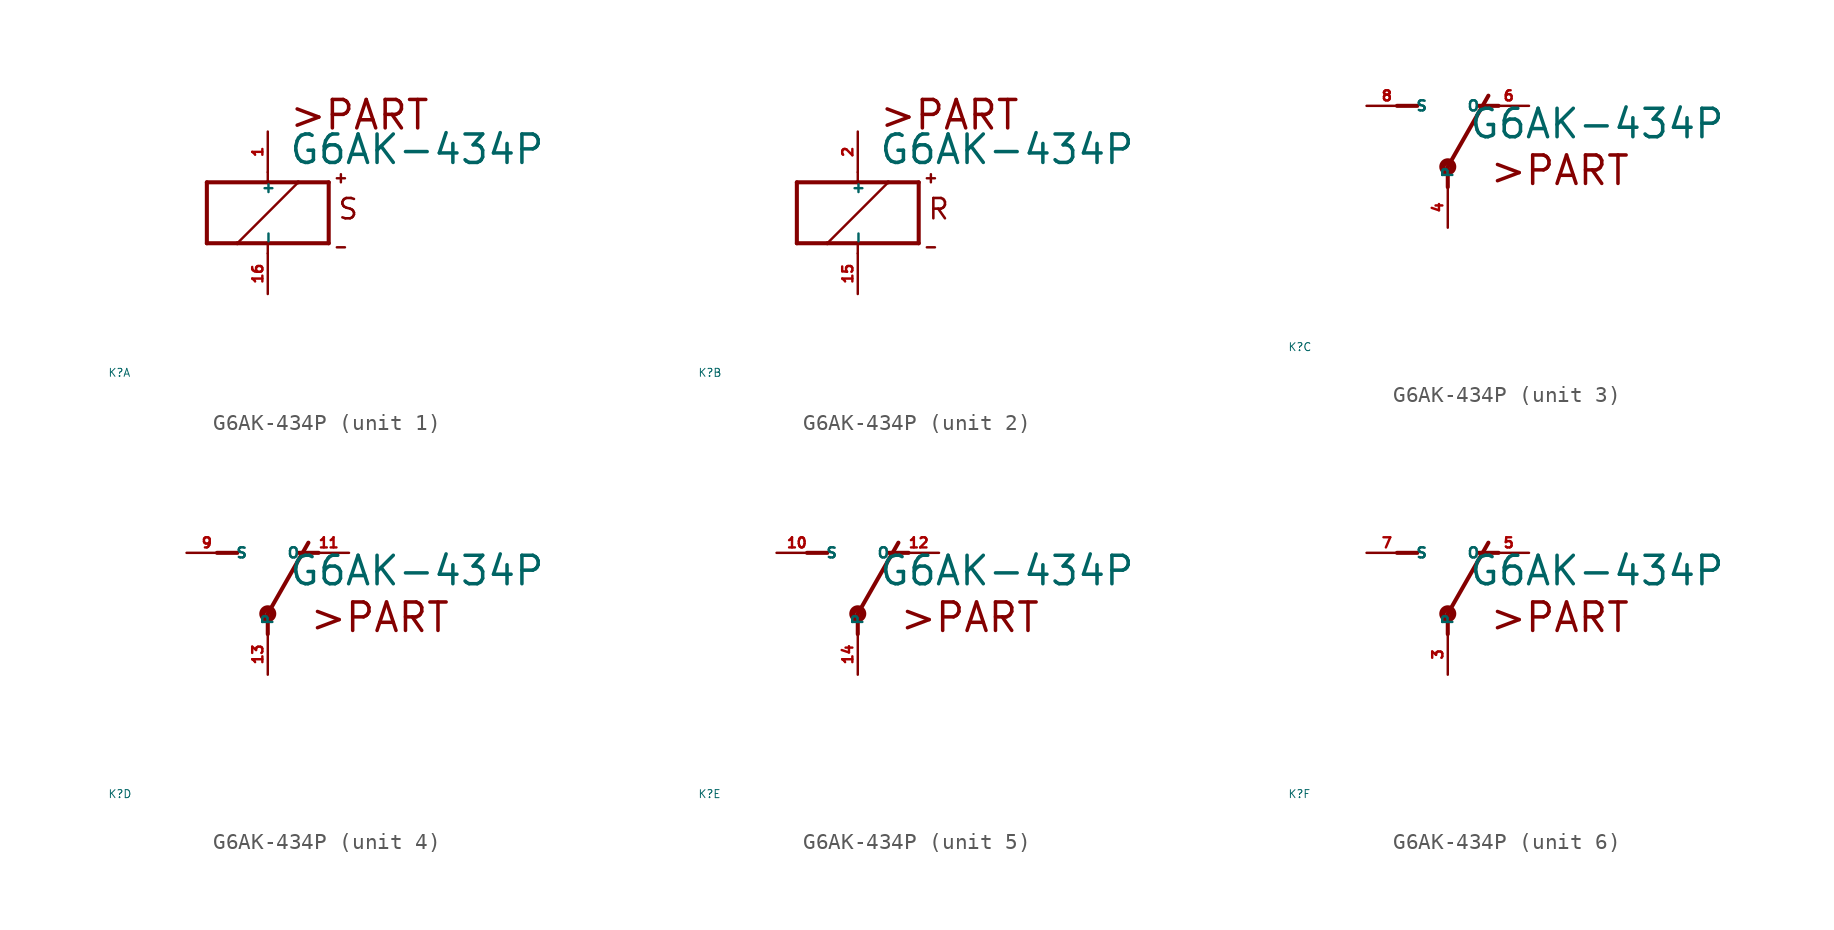
<source format=kicad_sym>
(kicad_symbol_lib
  (version 20220914)
  (generator Eagle2Kicad)
  (symbol "G6AK-434P"
    (property "Reference" "K"
      (at -10 -10 0)
      (effects (font (size 0.5 0.5) (thickness 0.06)) (justify left)))
    (property "Value" "G6AK-434P"
      (at 1.27 2.921 0)
      (effects (font (size 1.778 1.778) (thickness 0.22)) (justify left bottom)))
    (symbol "G6AK-434P_1_0"
      (polyline (pts (xy -3.81 -1.905) (xy -1.905 -1.905)) (stroke (width 0.254) (type default)) (fill (type none)))
      (polyline (pts (xy 3.81 -1.905) (xy 3.81 1.905)) (stroke (width 0.254) (type default)) (fill (type none)))
      (polyline (pts (xy 3.81 1.905) (xy 1.905 1.905)) (stroke (width 0.254) (type default)) (fill (type none)))
      (polyline (pts (xy -3.81 1.905) (xy -3.81 -1.905)) (stroke (width 0.254) (type default)) (fill (type none)))
      (polyline (pts (xy 0 -2.54) (xy 0 -1.905)) (stroke (width 0.152) (type default)) (fill (type none)))
      (polyline (pts (xy 0 -1.905) (xy 3.81 -1.905)) (stroke (width 0.254) (type default)) (fill (type none)))
      (polyline (pts (xy 0 2.54) (xy 0 1.905)) (stroke (width 0.152) (type default)) (fill (type none)))
      (polyline (pts (xy 0 1.905) (xy -3.81 1.905)) (stroke (width 0.254) (type default)) (fill (type none)))
      (polyline (pts (xy -1.905 -1.905) (xy 1.905 1.905)) (stroke (width 0.152) (type default)) (fill (type none)))
      (polyline (pts (xy -1.905 -1.905) (xy 0 -1.905)) (stroke (width 0.254) (type default)) (fill (type none)))
      (polyline (pts (xy 1.905 1.905) (xy 0 1.905)) (stroke (width 0.254) (type default)) (fill (type none)))
      (polyline (pts (xy 4.318 2.159) (xy 4.826 2.159)) (stroke (width 0.152) (type default)) (fill (type none)))
      (polyline (pts (xy 4.572 2.413) (xy 4.572 1.905)) (stroke (width 0.152) (type default)) (fill (type none)))
      (polyline (pts (xy 4.318 -2.159) (xy 4.826 -2.159)) (stroke (width 0.152) (type default)) (fill (type none)))
      (text ">PART" (at 1.27 5.08 0) (effects (font (size 1.778 1.778) (thickness 0.22)) (justify left bottom)))
      (text "S" (at 4.318 -0.508 0) (effects (font (size 1.27 1.27) (thickness 0.16)) (justify left bottom)))
      (pin passive line (at 0 -5.08 90) (length 2.54) (name "-" (effects (font (size 0.635 0.635) (thickness 0.08)) (justify left bottom))) (number "16" (effects (font (size 0.635 0.635) (thickness 0.08)) (justify left bottom))))
      (pin passive line (at 0 5.08 270) (length 2.54) (name "+" (effects (font (size 0.635 0.635) (thickness 0.08)) (justify left bottom))) (number "1" (effects (font (size 0.635 0.635) (thickness 0.08)) (justify left bottom)))))
    (symbol "G6AK-434P_2_0"
      (polyline (pts (xy -3.81 -1.905) (xy -1.905 -1.905)) (stroke (width 0.254) (type default)) (fill (type none)))
      (polyline (pts (xy 3.81 -1.905) (xy 3.81 1.905)) (stroke (width 0.254) (type default)) (fill (type none)))
      (polyline (pts (xy 3.81 1.905) (xy 1.905 1.905)) (stroke (width 0.254) (type default)) (fill (type none)))
      (polyline (pts (xy -3.81 1.905) (xy -3.81 -1.905)) (stroke (width 0.254) (type default)) (fill (type none)))
      (polyline (pts (xy 0 -2.54) (xy 0 -1.905)) (stroke (width 0.152) (type default)) (fill (type none)))
      (polyline (pts (xy 0 -1.905) (xy 3.81 -1.905)) (stroke (width 0.254) (type default)) (fill (type none)))
      (polyline (pts (xy 0 2.54) (xy 0 1.905)) (stroke (width 0.152) (type default)) (fill (type none)))
      (polyline (pts (xy 0 1.905) (xy -3.81 1.905)) (stroke (width 0.254) (type default)) (fill (type none)))
      (polyline (pts (xy -1.905 -1.905) (xy 1.905 1.905)) (stroke (width 0.152) (type default)) (fill (type none)))
      (polyline (pts (xy -1.905 -1.905) (xy 0 -1.905)) (stroke (width 0.254) (type default)) (fill (type none)))
      (polyline (pts (xy 1.905 1.905) (xy 0 1.905)) (stroke (width 0.254) (type default)) (fill (type none)))
      (polyline (pts (xy 4.318 2.159) (xy 4.826 2.159)) (stroke (width 0.152) (type default)) (fill (type none)))
      (polyline (pts (xy 4.572 2.413) (xy 4.572 1.905)) (stroke (width 0.152) (type default)) (fill (type none)))
      (polyline (pts (xy 4.318 -2.159) (xy 4.826 -2.159)) (stroke (width 0.152) (type default)) (fill (type none)))
      (text ">PART" (at 1.27 5.08 0) (effects (font (size 1.778 1.778) (thickness 0.22)) (justify left bottom)))
      (text "R" (at 4.318 -0.508 0) (effects (font (size 1.27 1.27) (thickness 0.16)) (justify left bottom)))
      (pin passive line (at 0 -5.08 90) (length 2.54) (name "-" (effects (font (size 0.635 0.635) (thickness 0.08)) (justify left bottom))) (number "15" (effects (font (size 0.635 0.635) (thickness 0.08)) (justify left bottom))))
      (pin passive line (at 0 5.08 270) (length 2.54) (name "+" (effects (font (size 0.635 0.635) (thickness 0.08)) (justify left bottom))) (number "2" (effects (font (size 0.635 0.635) (thickness 0.08)) (justify left bottom)))))
    (symbol "G6AK-434P_3_0"
      (polyline (pts (xy 3.175 5.08) (xy 1.905 5.08)) (stroke (width 0.254) (type default)) (fill (type none)))
      (polyline (pts (xy -3.175 5.08) (xy -1.905 5.08)) (stroke (width 0.254) (type default)) (fill (type none)))
      (polyline (pts (xy 0 1.27) (xy 2.54 5.715)) (stroke (width 0.254) (type default)) (fill (type none)))
      (polyline (pts (xy 0 1.27) (xy 0 0)) (stroke (width 0.254) (type default)) (fill (type none)))
      (text ">PART" (at 2.54 0 0) (effects (font (size 1.778 1.778) (thickness 0.22)) (justify left bottom)))
      (circle (center 0 1.27) (radius 0.127) (stroke (width 0.406) (type default)) (fill (type none)))
      (pin passive line (at 5.08 5.08 180) (length 2.54) (name "O" (effects (font (size 0.635 0.635) (thickness 0.08)) (justify left bottom))) (number "6" (effects (font (size 0.635 0.635) (thickness 0.08)) (justify left bottom))))
      (pin passive line (at -5.08 5.08 0) (length 2.54) (name "S" (effects (font (size 0.635 0.635) (thickness 0.08)) (justify left bottom))) (number "8" (effects (font (size 0.635 0.635) (thickness 0.08)) (justify left bottom))))
      (pin passive line (at 0 -2.54 90) (length 2.54) (name "P" (effects (font (size 0.635 0.635) (thickness 0.08)) (justify left bottom))) (number "4" (effects (font (size 0.635 0.635) (thickness 0.08)) (justify left bottom)))))
    (symbol "G6AK-434P_4_0"
      (polyline (pts (xy 3.175 5.08) (xy 1.905 5.08)) (stroke (width 0.254) (type default)) (fill (type none)))
      (polyline (pts (xy -3.175 5.08) (xy -1.905 5.08)) (stroke (width 0.254) (type default)) (fill (type none)))
      (polyline (pts (xy 0 1.27) (xy 2.54 5.715)) (stroke (width 0.254) (type default)) (fill (type none)))
      (polyline (pts (xy 0 1.27) (xy 0 0)) (stroke (width 0.254) (type default)) (fill (type none)))
      (text ">PART" (at 2.54 0 0) (effects (font (size 1.778 1.778) (thickness 0.22)) (justify left bottom)))
      (circle (center 0 1.27) (radius 0.127) (stroke (width 0.406) (type default)) (fill (type none)))
      (pin passive line (at 5.08 5.08 180) (length 2.54) (name "O" (effects (font (size 0.635 0.635) (thickness 0.08)) (justify left bottom))) (number "11" (effects (font (size 0.635 0.635) (thickness 0.08)) (justify left bottom))))
      (pin passive line (at -5.08 5.08 0) (length 2.54) (name "S" (effects (font (size 0.635 0.635) (thickness 0.08)) (justify left bottom))) (number "9" (effects (font (size 0.635 0.635) (thickness 0.08)) (justify left bottom))))
      (pin passive line (at 0 -2.54 90) (length 2.54) (name "P" (effects (font (size 0.635 0.635) (thickness 0.08)) (justify left bottom))) (number "13" (effects (font (size 0.635 0.635) (thickness 0.08)) (justify left bottom)))))
    (symbol "G6AK-434P_5_0"
      (polyline (pts (xy 3.175 5.08) (xy 1.905 5.08)) (stroke (width 0.254) (type default)) (fill (type none)))
      (polyline (pts (xy -3.175 5.08) (xy -1.905 5.08)) (stroke (width 0.254) (type default)) (fill (type none)))
      (polyline (pts (xy 0 1.27) (xy 2.54 5.715)) (stroke (width 0.254) (type default)) (fill (type none)))
      (polyline (pts (xy 0 1.27) (xy 0 0)) (stroke (width 0.254) (type default)) (fill (type none)))
      (text ">PART" (at 2.54 0 0) (effects (font (size 1.778 1.778) (thickness 0.22)) (justify left bottom)))
      (circle (center 0 1.27) (radius 0.127) (stroke (width 0.406) (type default)) (fill (type none)))
      (pin passive line (at 5.08 5.08 180) (length 2.54) (name "O" (effects (font (size 0.635 0.635) (thickness 0.08)) (justify left bottom))) (number "12" (effects (font (size 0.635 0.635) (thickness 0.08)) (justify left bottom))))
      (pin passive line (at -5.08 5.08 0) (length 2.54) (name "S" (effects (font (size 0.635 0.635) (thickness 0.08)) (justify left bottom))) (number "10" (effects (font (size 0.635 0.635) (thickness 0.08)) (justify left bottom))))
      (pin passive line (at 0 -2.54 90) (length 2.54) (name "P" (effects (font (size 0.635 0.635) (thickness 0.08)) (justify left bottom))) (number "14" (effects (font (size 0.635 0.635) (thickness 0.08)) (justify left bottom)))))
    (symbol "G6AK-434P_6_0"
      (polyline (pts (xy 3.175 5.08) (xy 1.905 5.08)) (stroke (width 0.254) (type default)) (fill (type none)))
      (polyline (pts (xy -3.175 5.08) (xy -1.905 5.08)) (stroke (width 0.254) (type default)) (fill (type none)))
      (polyline (pts (xy 0 1.27) (xy 2.54 5.715)) (stroke (width 0.254) (type default)) (fill (type none)))
      (polyline (pts (xy 0 1.27) (xy 0 0)) (stroke (width 0.254) (type default)) (fill (type none)))
      (text ">PART" (at 2.54 0 0) (effects (font (size 1.778 1.778) (thickness 0.22)) (justify left bottom)))
      (circle (center 0 1.27) (radius 0.127) (stroke (width 0.406) (type default)) (fill (type none)))
      (pin passive line (at 5.08 5.08 180) (length 2.54) (name "O" (effects (font (size 0.635 0.635) (thickness 0.08)) (justify left bottom))) (number "5" (effects (font (size 0.635 0.635) (thickness 0.08)) (justify left bottom))))
      (pin passive line (at -5.08 5.08 0) (length 2.54) (name "S" (effects (font (size 0.635 0.635) (thickness 0.08)) (justify left bottom))) (number "7" (effects (font (size 0.635 0.635) (thickness 0.08)) (justify left bottom))))
      (pin passive line (at 0 -2.54 90) (length 2.54) (name "P" (effects (font (size 0.635 0.635) (thickness 0.08)) (justify left bottom))) (number "3" (effects (font (size 0.635 0.635) (thickness 0.08)) (justify left bottom)))))))
</source>
